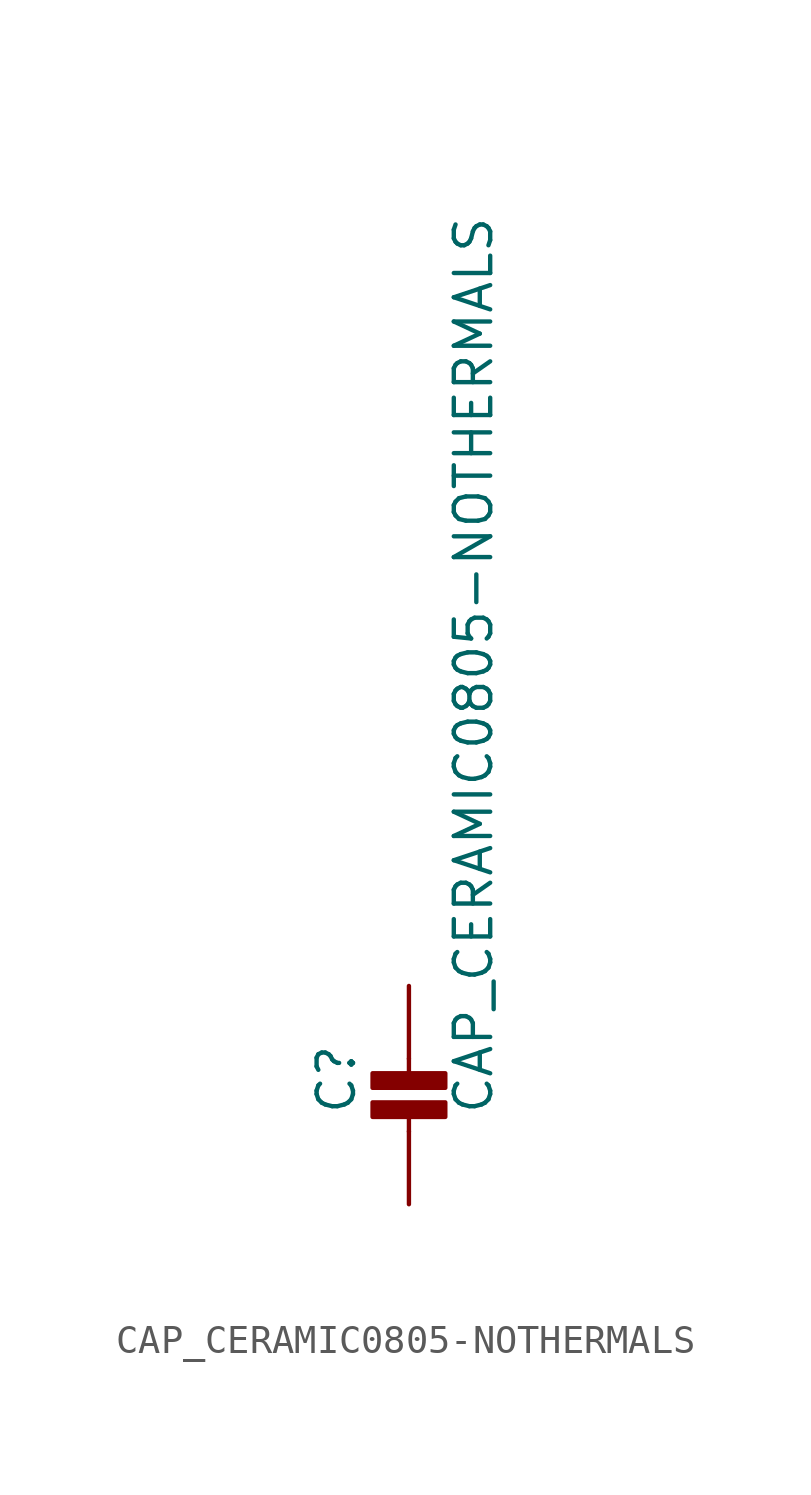
<source format=kicad_sym>
(kicad_symbol_lib
  (version 20211014)
  (generator kicad_symbol_editor)
  (symbol "CAP_CERAMIC0805-NOTHERMALS"
    (property "Reference" "C"
      (at -1.79 0.54 90)
      (effects (font (size 1.27 1.27)) (justify left bottom)))
    (property "Value" "CAP_CERAMIC0805-NOTHERMALS"
      (at 3 0.54 90)
      (effects (font (size 1.27 1.27)) (justify left bottom)))
    (property "ki_locked" ""
      (at 0 0 0)
      (effects (font (size 1.27 1.27))))
    (symbol "CAP_CERAMIC0805-NOTHERMALS_1_0"
      (rectangle (start -1.27 0.508) (end 1.27 1.016) (stroke (width 0) (type default) (color 0 0 0 0)) (fill (type outline)))
      (rectangle (start -1.27 1.524) (end 1.27 2.032) (stroke (width 0) (type default) (color 0 0 0 0)) (fill (type outline)))
      (polyline (pts (xy 0 0.762) (xy 0 0)) (stroke (width 0.152) (type default) (color 0 0 0 0)) (fill (type none)))
      (polyline (pts (xy 0 2.54) (xy 0 1.778)) (stroke (width 0.152) (type default) (color 0 0 0 0)) (fill (type none)))
      (pin passive line (at 0 5.08 270) (length 2.54) (name "1" (effects (font (size 0 0)))) (number "1" (effects (font (size 0 0)))))
      (pin passive line (at 0 -2.54 90) (length 2.54) (name "2" (effects (font (size 0 0)))) (number "2" (effects (font (size 0 0))))))))
</source>
